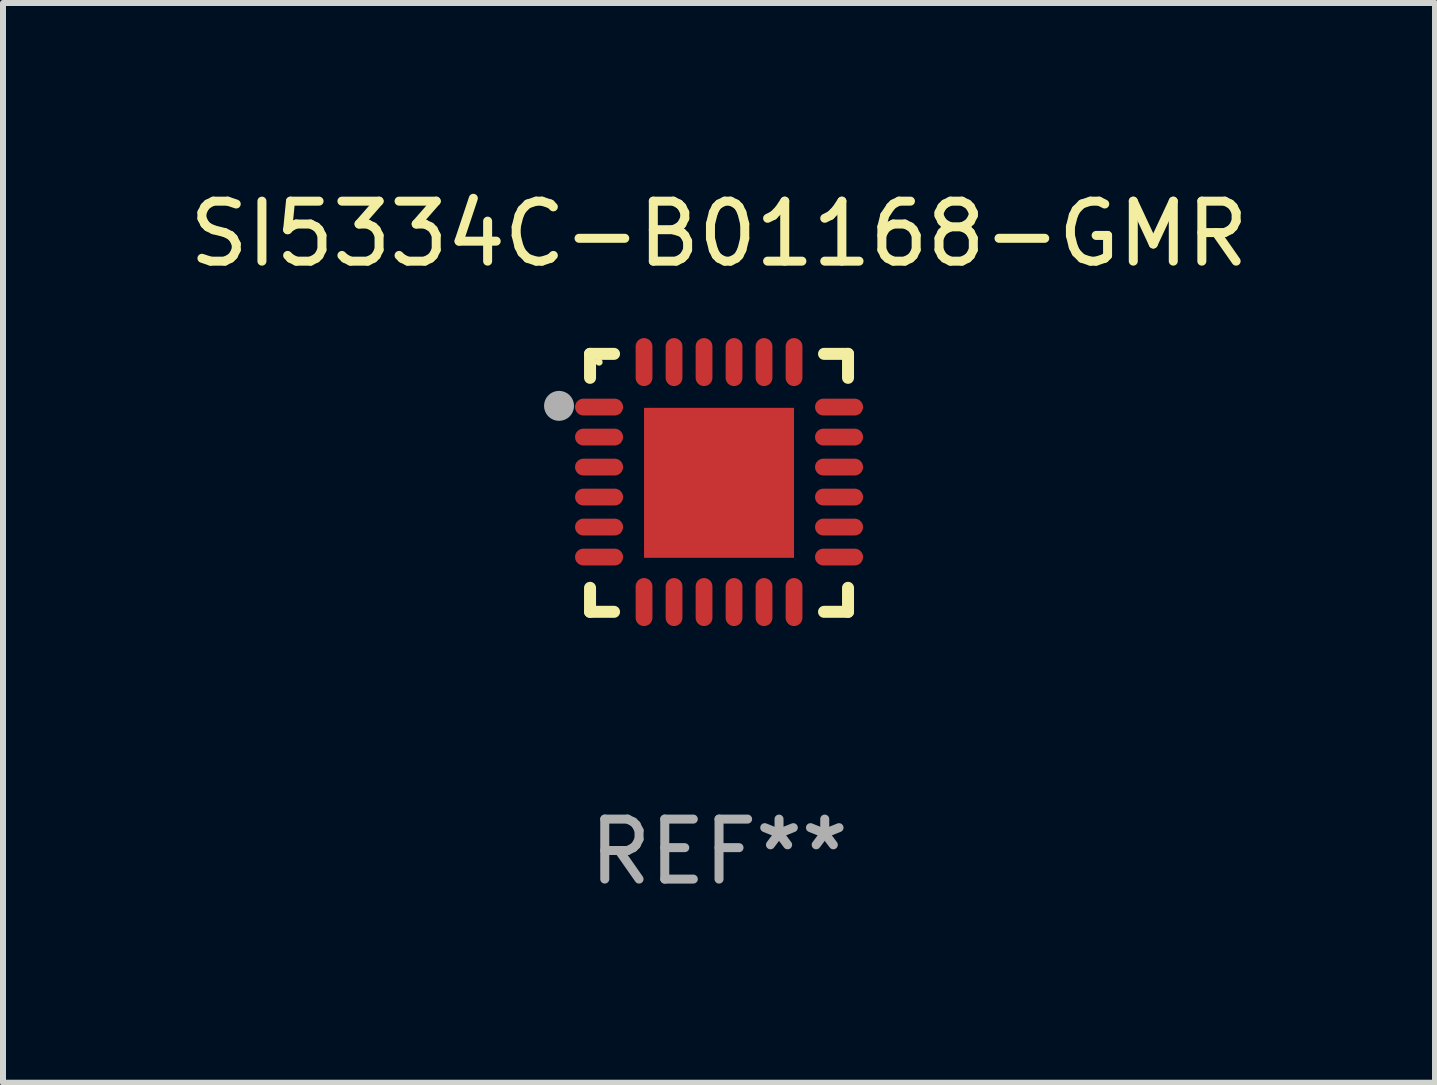
<source format=kicad_pcb>
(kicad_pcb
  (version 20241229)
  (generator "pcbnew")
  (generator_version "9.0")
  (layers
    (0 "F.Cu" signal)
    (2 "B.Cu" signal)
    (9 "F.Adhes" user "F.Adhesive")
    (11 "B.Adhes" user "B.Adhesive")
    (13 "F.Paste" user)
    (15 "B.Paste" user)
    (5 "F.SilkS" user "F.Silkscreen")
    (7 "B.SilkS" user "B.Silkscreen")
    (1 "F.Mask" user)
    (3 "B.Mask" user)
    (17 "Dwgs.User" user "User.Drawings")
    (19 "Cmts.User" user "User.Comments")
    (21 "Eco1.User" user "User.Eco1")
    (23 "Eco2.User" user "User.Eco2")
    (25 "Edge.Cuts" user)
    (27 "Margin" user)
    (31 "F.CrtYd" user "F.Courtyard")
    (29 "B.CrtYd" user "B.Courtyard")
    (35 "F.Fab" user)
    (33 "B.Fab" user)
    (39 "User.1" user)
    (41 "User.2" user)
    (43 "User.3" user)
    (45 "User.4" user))
  (footprint "SI5334C-B01168-GMR"
    (layer "F.Cu")
    (at 8.935 4.998)
    (property "Reference" "SI5334C-B01168-GMR" (at 0 -4.15 0) (layer "F.SilkS") (effects (font (size 1 1) (thickness 0.15))))
    (attr through_hole)
    (fp_line (start -2.15 -2.15) (end -1.75 -2.15) (stroke (width 0.2) (type solid)) (layer "F.SilkS"))
    (fp_line (start -2.15 -1.75) (end -2.15 -2.15) (stroke (width 0.2) (type solid)) (layer "F.SilkS"))
    (fp_line (start -2.15 2.15) (end -2.15 1.75) (stroke (width 0.2) (type solid)) (layer "F.SilkS"))
    (fp_line (start -1.75 2.15) (end -2.15 2.15) (stroke (width 0.2) (type solid)) (layer "F.SilkS"))
    (fp_line (start 1.75 -2.15) (end 2.15 -2.15) (stroke (width 0.2) (type solid)) (layer "F.SilkS"))
    (fp_line (start 1.75 2.15) (end 2.15 2.15) (stroke (width 0.2) (type solid)) (layer "F.SilkS"))
    (fp_line (start 2.15 -2.15) (end 2.15 -1.75) (stroke (width 0.2) (type solid)) (layer "F.SilkS"))
    (fp_line (start 2.15 2.15) (end 2.15 1.75) (stroke (width 0.2) (type solid)) (layer "F.SilkS"))
    (fp_circle (center -2 -2.013) (end -1.97 -2.013) (stroke (width 0.06) (type solid)) (fill no) (layer "F.SilkS"))
    (fp_circle (center -2.667 -1.283) (end -2.542 -1.283) (stroke (width 0.25) (type solid)) (fill no) (layer "F.Fab"))
    (fp_text user "REF**" (at 0 6.15 0) (layer "F.Fab") (effects (font (size 1 1) (thickness 0.15))))
    (pad "1" smd oval (at -2 -1.263) (size 0.8 0.28) (layers "F.Cu" "F.Mask" "F.Paste"))
    (pad "2" smd oval (at -2 -0.763) (size 0.8 0.28) (layers "F.Cu" "F.Mask" "F.Paste"))
    (pad "3" smd oval (at -2 -0.263) (size 0.8 0.28) (layers "F.Cu" "F.Mask" "F.Paste"))
    (pad "4" smd oval (at -2 0.237) (size 0.8 0.28) (layers "F.Cu" "F.Mask" "F.Paste"))
    (pad "5" smd oval (at -2 0.737) (size 0.8 0.28) (layers "F.Cu" "F.Mask" "F.Paste"))
    (pad "6" smd oval (at -2 1.237) (size 0.8 0.28) (layers "F.Cu" "F.Mask" "F.Paste"))
    (pad "7" smd oval (at -1.25 1.987) (size 0.28 0.8) (layers "F.Cu" "F.Mask" "F.Paste"))
    (pad "8" smd oval (at -0.75 1.987) (size 0.28 0.8) (layers "F.Cu" "F.Mask" "F.Paste"))
    (pad "9" smd oval (at -0.25 1.987) (size 0.28 0.8) (layers "F.Cu" "F.Mask" "F.Paste"))
    (pad "10" smd oval (at 0.25 1.987) (size 0.28 0.8) (layers "F.Cu" "F.Mask" "F.Paste"))
    (pad "11" smd oval (at 0.75 1.987) (size 0.28 0.8) (layers "F.Cu" "F.Mask" "F.Paste"))
    (pad "12" smd oval (at 1.25 1.987) (size 0.28 0.8) (layers "F.Cu" "F.Mask" "F.Paste"))
    (pad "13" smd oval (at 2 1.237) (size 0.8 0.28) (layers "F.Cu" "F.Mask" "F.Paste"))
    (pad "14" smd oval (at 2 0.737) (size 0.8 0.28) (layers "F.Cu" "F.Mask" "F.Paste"))
    (pad "15" smd oval (at 2 0.237) (size 0.8 0.28) (layers "F.Cu" "F.Mask" "F.Paste"))
    (pad "16" smd oval (at 2 -0.263) (size 0.8 0.28) (layers "F.Cu" "F.Mask" "F.Paste"))
    (pad "17" smd oval (at 2 -0.763) (size 0.8 0.28) (layers "F.Cu" "F.Mask" "F.Paste"))
    (pad "18" smd oval (at 2 -1.263) (size 0.8 0.28) (layers "F.Cu" "F.Mask" "F.Paste"))
    (pad "19" smd oval (at 1.25 -2.013) (size 0.28 0.8) (layers "F.Cu" "F.Mask" "F.Paste"))
    (pad "20" smd oval (at 0.75 -2.013) (size 0.28 0.8) (layers "F.Cu" "F.Mask" "F.Paste"))
    (pad "21" smd oval (at 0.25 -2.013) (size 0.28 0.8) (layers "F.Cu" "F.Mask" "F.Paste"))
    (pad "22" smd oval (at -0.25 -2.013) (size 0.28 0.8) (layers "F.Cu" "F.Mask" "F.Paste"))
    (pad "23" smd oval (at -0.75 -2.013) (size 0.28 0.8) (layers "F.Cu" "F.Mask" "F.Paste"))
    (pad "24" smd oval (at -1.25 -2.013) (size 0.28 0.8) (layers "F.Cu" "F.Mask" "F.Paste"))
    (pad "25" smd rect (at -0.000127 -0.00014) (size 2.5 2.5) (layers "F.Cu" "F.Mask" "F.Paste")))
  (gr_rect
    (start -3 -3)
    (end 20.869 14.997)
    (stroke (width 0.1) (type default))
    (fill no)
    (layer "Edge.Cuts")))
</source>
